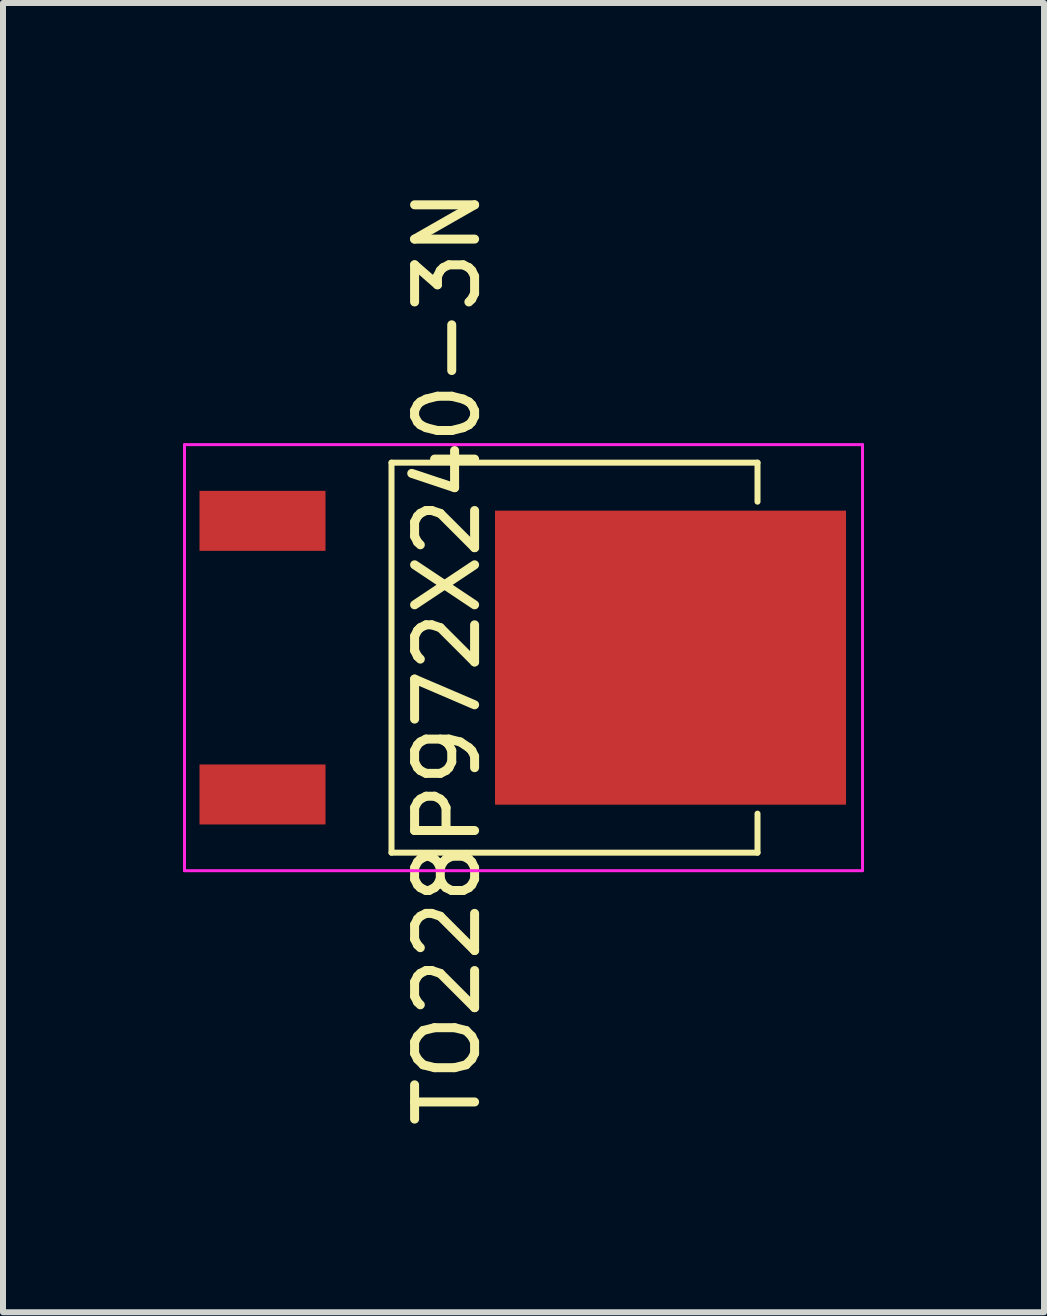
<source format=kicad_pcb>
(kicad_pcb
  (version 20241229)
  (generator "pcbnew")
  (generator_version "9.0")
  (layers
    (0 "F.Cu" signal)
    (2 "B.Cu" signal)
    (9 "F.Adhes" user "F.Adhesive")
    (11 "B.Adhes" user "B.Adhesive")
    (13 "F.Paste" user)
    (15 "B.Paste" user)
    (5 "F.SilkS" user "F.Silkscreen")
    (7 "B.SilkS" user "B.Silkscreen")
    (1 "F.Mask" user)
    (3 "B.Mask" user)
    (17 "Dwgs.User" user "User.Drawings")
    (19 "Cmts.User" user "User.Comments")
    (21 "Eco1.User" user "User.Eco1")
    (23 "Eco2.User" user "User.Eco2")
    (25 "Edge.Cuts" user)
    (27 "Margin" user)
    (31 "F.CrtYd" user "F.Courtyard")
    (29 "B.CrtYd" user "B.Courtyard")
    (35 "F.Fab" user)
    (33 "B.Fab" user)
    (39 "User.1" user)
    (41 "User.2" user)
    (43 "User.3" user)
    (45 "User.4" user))
  (footprint "TO228P972X240-3N"
    (layer "F.Cu")
    (at 5.675 7.911)
    (property "Reference" "TO228P972X240-3N" (at -1.27 0 270) (layer "F.SilkS") (effects (font (size 1 1) (thickness 0.15))))
    (attr through_hole)
    (fp_line (start -2.2 -3.25) (end -2.2 3.25) (stroke (width 0.1) (type solid)) (layer "F.SilkS"))
    (fp_line (start -2.2 3.25) (end 3.9 3.25) (stroke (width 0.1) (type solid)) (layer "F.SilkS"))
    (fp_line (start 3.9 -3.25) (end -2.2 -3.25) (stroke (width 0.1) (type solid)) (layer "F.SilkS"))
    (fp_line (start 3.9 -2.6) (end 3.9 -3.25) (stroke (width 0.1) (type solid)) (layer "F.SilkS"))
    (fp_line (start 3.9 3.25) (end 3.9 2.6) (stroke (width 0.1) (type solid)) (layer "F.SilkS"))
    (fp_line (start -5.65 -3.55) (end -5.65 3.55) (stroke (width 0.05) (type solid)) (layer "F.CrtYd"))
    (fp_line (start -5.65 3.55) (end 5.65 3.55) (stroke (width 0.05) (type solid)) (layer "F.CrtYd"))
    (fp_line (start 5.65 -3.55) (end -5.65 -3.55) (stroke (width 0.05) (type solid)) (layer "F.CrtYd"))
    (fp_line (start 5.65 3.55) (end 5.65 -3.55) (stroke (width 0.05) (type solid)) (layer "F.CrtYd"))
    (pad "1" smd rect (at -4.35 -2.28) (size 2.1 1) (layers "F.Cu" "F.Mask" "F.Paste"))
    (pad "2" smd rect (at -4.35 2.28) (size 2.1 1) (layers "F.Cu" "F.Mask" "F.Paste"))
    (pad "3" smd rect (at 2.45 0) (size 5.85 4.9) (layers "F.Cu" "F.Mask" "F.Paste")))
  (gr_rect
    (start -3 -3)
    (end 14.35 18.821)
    (stroke (width 0.1) (type default))
    (fill no)
    (layer "Edge.Cuts")))
</source>
